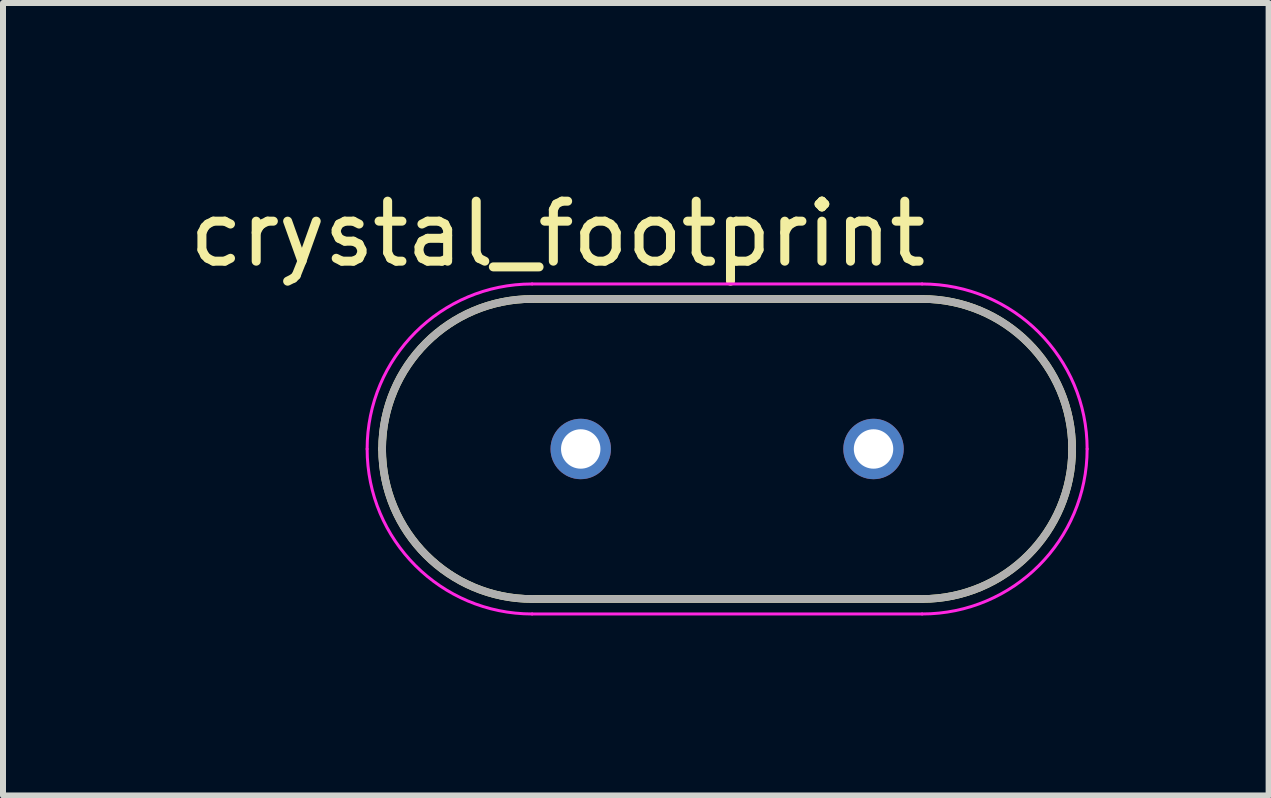
<source format=kicad_pcb>
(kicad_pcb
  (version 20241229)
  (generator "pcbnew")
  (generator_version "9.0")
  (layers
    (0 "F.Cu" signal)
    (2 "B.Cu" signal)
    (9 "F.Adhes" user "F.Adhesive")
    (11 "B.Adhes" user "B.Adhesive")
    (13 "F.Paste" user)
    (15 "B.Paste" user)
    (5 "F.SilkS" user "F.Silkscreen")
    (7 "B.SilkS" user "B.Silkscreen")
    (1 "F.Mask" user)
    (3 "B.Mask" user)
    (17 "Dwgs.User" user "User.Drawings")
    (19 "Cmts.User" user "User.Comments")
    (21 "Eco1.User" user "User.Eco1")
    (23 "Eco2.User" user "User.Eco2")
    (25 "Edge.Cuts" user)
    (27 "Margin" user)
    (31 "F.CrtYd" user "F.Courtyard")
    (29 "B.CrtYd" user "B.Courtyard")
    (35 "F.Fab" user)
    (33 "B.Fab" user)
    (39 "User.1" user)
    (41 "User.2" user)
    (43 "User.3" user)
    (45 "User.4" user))
  (footprint "crystal_footprint"
    (layer "F.Cu")
    (at 9.069 4.433)
    (property "Reference" "crystal_footprint" (at -2.825 -3.585 0) (layer "F.SilkS") (effects (font (size 1 1) (thickness 0.15))))
    (attr through_hole)
    (fp_line (start -3.25 -2.5) (end 3.25 -2.5) (stroke (width 0.127) (type solid)) (layer "F.SilkS"))
    (fp_line (start -3.25 2.5) (end 3.25 2.5) (stroke (width 0.127) (type solid)) (layer "F.SilkS"))
    (fp_arc (start -5.75 0) (mid -5.017767 -1.767767) (end -3.25 -2.5) (stroke (width 0.127) (type solid)) (layer "F.SilkS"))
    (fp_arc (start -3.25 2.5) (mid -5.017767 1.767767) (end -5.75 0) (stroke (width 0.127) (type solid)) (layer "F.SilkS"))
    (fp_arc (start 3.25 -2.5) (mid 5.017767 -1.767767) (end 5.75 0) (stroke (width 0.127) (type solid)) (layer "F.SilkS"))
    (fp_arc (start 5.75 0) (mid 5.017767 1.767767) (end 3.25 2.5) (stroke (width 0.127) (type solid)) (layer "F.SilkS"))
    (fp_line (start -3.25 -2.75) (end 3.25 -2.75) (stroke (width 0.05) (type solid)) (layer "F.CrtYd"))
    (fp_line (start -3.25 2.75) (end 3.25 2.75) (stroke (width 0.05) (type solid)) (layer "F.CrtYd"))
    (fp_arc (start -6 0) (mid -5.194544 -1.944544) (end -3.25 -2.75) (stroke (width 0.05) (type solid)) (layer "F.CrtYd"))
    (fp_arc (start -3.25 2.75) (mid -5.194544 1.944544) (end -6 0) (stroke (width 0.05) (type solid)) (layer "F.CrtYd"))
    (fp_arc (start 3.25 -2.75) (mid 5.194544 -1.944544) (end 6 0) (stroke (width 0.05) (type solid)) (layer "F.CrtYd"))
    (fp_arc (start 6 0) (mid 5.194544 1.944544) (end 3.25 2.75) (stroke (width 0.05) (type solid)) (layer "F.CrtYd"))
    (fp_line (start -3.25 -2.5) (end 3.25 -2.5) (stroke (width 0.127) (type solid)) (layer "F.Fab"))
    (fp_line (start -3.25 2.5) (end 3.25 2.5) (stroke (width 0.127) (type solid)) (layer "F.Fab"))
    (fp_arc (start -5.75 0) (mid -5.017767 -1.767767) (end -3.25 -2.5) (stroke (width 0.127) (type solid)) (layer "F.Fab"))
    (fp_arc (start -3.25 2.5) (mid -5.017767 1.767767) (end -5.75 0) (stroke (width 0.127) (type solid)) (layer "F.Fab"))
    (fp_arc (start 3.25 -2.5) (mid 5.017767 -1.767767) (end 5.75 0) (stroke (width 0.127) (type solid)) (layer "F.Fab"))
    (fp_arc (start 5.75 0) (mid 5.017767 1.767767) (end 3.25 2.5) (stroke (width 0.127) (type solid)) (layer "F.Fab"))
    (pad "1" thru_hole circle (at -2.44 0) (size 1.007 1.007) (drill 0.657) (layers "*.Cu" "*.Mask"))
    (pad "2" thru_hole circle (at 2.44 0) (size 1.007 1.007) (drill 0.657) (layers "*.Cu" "*.Mask")))
  (gr_rect
    (start -3 -3)
    (end 18.094 10.208)
    (stroke (width 0.1) (type default))
    (fill no)
    (layer "Edge.Cuts")))
</source>
